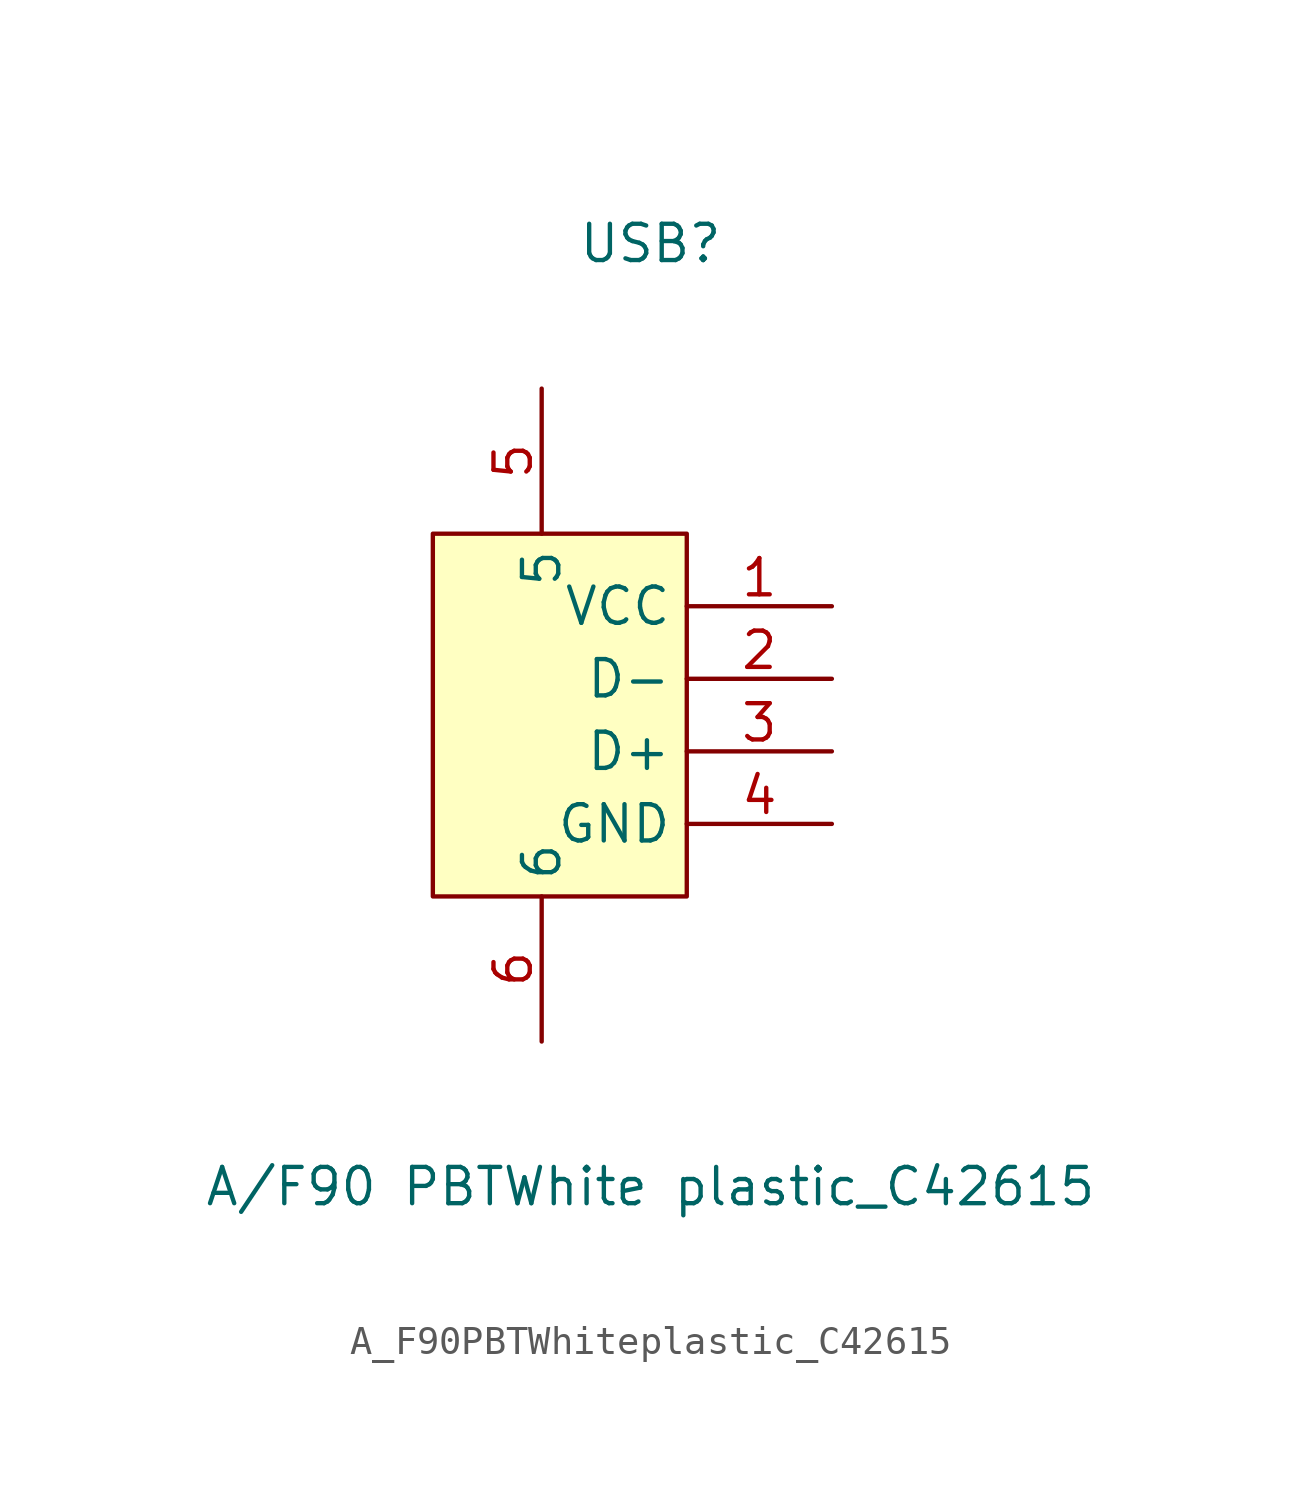
<source format=kicad_sym>
(kicad_symbol_lib
  (version 20211014)
  (generator https://github.com/uPesy/easyeda2kicad.py)
  (symbol "A_F90PBTWhiteplastic_C42615"
    (property "Reference" "USB"
      (at 0 16.51 0)
      (effects (font (size 1.27 1.27))))
    (property "Value" "A/F90 PBTWhite plastic_C42615"
      (at 0 -16.51 0)
      (effects (font (size 1.27 1.27))))
    (symbol "A_F90PBTWhiteplastic_C42615_0_1"
      (rectangle (start -7.62 6.35) (end 1.27 -6.35) (stroke (width 0) (type default) (color 0 0 0 0)) (fill (type background)))
      (pin input line (at 6.35 3.81 180) (length 5.08) (name "VCC" (effects (font (size 1.27 1.27)))) (number "1" (effects (font (size 1.27 1.27)))))
      (pin input line (at 6.35 1.27 180) (length 5.08) (name "D-" (effects (font (size 1.27 1.27)))) (number "2" (effects (font (size 1.27 1.27)))))
      (pin input line (at 6.35 -1.27 180) (length 5.08) (name "D+" (effects (font (size 1.27 1.27)))) (number "3" (effects (font (size 1.27 1.27)))))
      (pin input line (at 6.35 -3.81 180) (length 5.08) (name "GND" (effects (font (size 1.27 1.27)))) (number "4" (effects (font (size 1.27 1.27)))))
      (pin unspecified line (at -3.81 11.43 270) (length 5.08) (name "5" (effects (font (size 1.27 1.27)))) (number "5" (effects (font (size 1.27 1.27)))))
      (pin unspecified line (at -3.81 -11.43 90) (length 5.08) (name "6" (effects (font (size 1.27 1.27)))) (number "6" (effects (font (size 1.27 1.27))))))))
</source>
